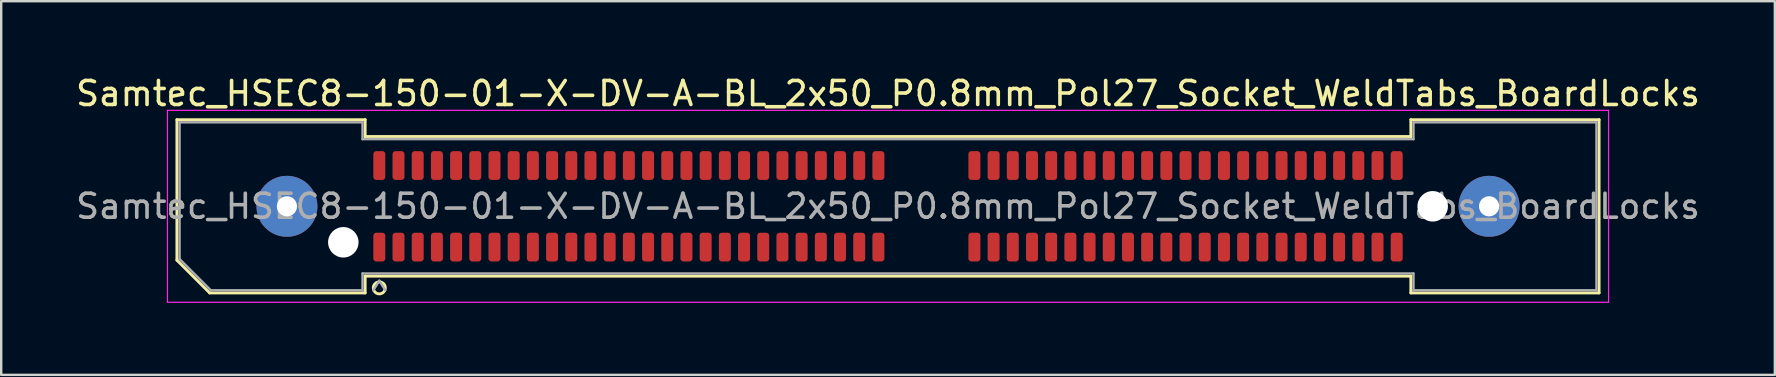
<source format=kicad_pcb>
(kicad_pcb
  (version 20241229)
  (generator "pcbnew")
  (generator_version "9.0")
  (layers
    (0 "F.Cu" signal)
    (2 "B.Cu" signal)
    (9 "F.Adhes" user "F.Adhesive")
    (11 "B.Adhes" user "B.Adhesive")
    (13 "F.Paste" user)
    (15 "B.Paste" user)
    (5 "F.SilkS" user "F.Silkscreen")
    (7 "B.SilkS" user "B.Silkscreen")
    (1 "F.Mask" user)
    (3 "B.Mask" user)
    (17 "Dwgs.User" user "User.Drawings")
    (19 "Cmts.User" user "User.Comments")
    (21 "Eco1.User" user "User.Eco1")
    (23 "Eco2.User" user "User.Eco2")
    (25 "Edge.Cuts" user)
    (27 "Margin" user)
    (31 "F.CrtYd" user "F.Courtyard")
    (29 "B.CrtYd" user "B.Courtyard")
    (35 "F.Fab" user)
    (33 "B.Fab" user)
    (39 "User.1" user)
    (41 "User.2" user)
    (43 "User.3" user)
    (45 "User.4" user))
  (footprint "Samtec_HSEC8-150-01-X-DV-A-BL_2x50_P0.8mm_Pol27_Socket_WeldTabs_BoardLocks"
    (layer "F.Cu")
    (at 33.958 5.548)
    (property "Reference" "Samtec_HSEC8-150-01-X-DV-A-BL_2x50_P0.8mm_Pol27_Socket_WeldTabs_BoardLocks" (at 0 -4.7 0) (layer "F.SilkS") (effects (font (size 1 1) (thickness 0.15))))
    (attr smd)
    (fp_line (start -29.635 -3.61) (end -21.79 -3.61) (stroke (width 0.12) (type solid)) (layer "F.SilkS"))
    (fp_line (start -29.635 2.246) (end -29.635 -3.61) (stroke (width 0.12) (type solid)) (layer "F.SilkS"))
    (fp_line (start -28.271 3.61) (end -29.635 2.246) (stroke (width 0.12) (type solid)) (layer "F.SilkS"))
    (fp_line (start -21.79 -3.61) (end -21.79 -2.91) (stroke (width 0.12) (type solid)) (layer "F.SilkS"))
    (fp_line (start -21.79 -2.91) (end 21.79 -2.91) (stroke (width 0.12) (type solid)) (layer "F.SilkS"))
    (fp_line (start -21.79 2.91) (end -21.79 3.61) (stroke (width 0.12) (type solid)) (layer "F.SilkS"))
    (fp_line (start -21.79 3.61) (end -28.271 3.61) (stroke (width 0.12) (type solid)) (layer "F.SilkS"))
    (fp_line (start 21.79 -3.61) (end 29.635 -3.61) (stroke (width 0.12) (type solid)) (layer "F.SilkS"))
    (fp_line (start 21.79 -2.91) (end 21.79 -3.61) (stroke (width 0.12) (type solid)) (layer "F.SilkS"))
    (fp_line (start 21.79 2.91) (end -21.79 2.91) (stroke (width 0.12) (type solid)) (layer "F.SilkS"))
    (fp_line (start 21.79 3.61) (end 21.79 2.91) (stroke (width 0.12) (type solid)) (layer "F.SilkS"))
    (fp_line (start 29.635 -3.61) (end 29.635 3.61) (stroke (width 0.12) (type solid)) (layer "F.SilkS"))
    (fp_line (start 29.635 3.61) (end 21.79 3.61) (stroke (width 0.12) (type solid)) (layer "F.SilkS"))
    (fp_circle (center -21.2 3.4) (end -20.95 3.4) (stroke (width 0.12) (type solid)) (fill no) (layer "F.SilkS"))
    (fp_line (start -30.03 -4) (end -30.03 4) (stroke (width 0.05) (type solid)) (layer "F.CrtYd"))
    (fp_line (start -30.03 4) (end 30.03 4) (stroke (width 0.05) (type solid)) (layer "F.CrtYd"))
    (fp_line (start 30.03 -4) (end -30.03 -4) (stroke (width 0.05) (type solid)) (layer "F.CrtYd"))
    (fp_line (start 30.03 4) (end 30.03 -4) (stroke (width 0.05) (type solid)) (layer "F.CrtYd"))
    (fp_line (start -29.525 -3.5) (end -21.9 -3.5) (stroke (width 0.1) (type solid)) (layer "F.Fab"))
    (fp_line (start -29.525 2.2) (end -29.525 -3.5) (stroke (width 0.1) (type solid)) (layer "F.Fab"))
    (fp_line (start -28.225 3.5) (end -29.525 2.2) (stroke (width 0.1) (type solid)) (layer "F.Fab"))
    (fp_line (start -21.9 -3.5) (end -21.9 -2.8) (stroke (width 0.1) (type solid)) (layer "F.Fab"))
    (fp_line (start -21.9 -2.8) (end 21.9 -2.8) (stroke (width 0.1) (type solid)) (layer "F.Fab"))
    (fp_line (start -21.9 2.8) (end -21.9 3.5) (stroke (width 0.1) (type solid)) (layer "F.Fab"))
    (fp_line (start -21.9 3.5) (end -28.225 3.5) (stroke (width 0.1) (type solid)) (layer "F.Fab"))
    (fp_line (start -21.2 3.1) (end -21.45 3.5) (stroke (width 0.1) (type solid)) (layer "F.Fab"))
    (fp_line (start -21.2 3.1) (end -20.95 3.5) (stroke (width 0.1) (type solid)) (layer "F.Fab"))
    (fp_line (start 21.9 -3.5) (end 29.525 -3.5) (stroke (width 0.1) (type solid)) (layer "F.Fab"))
    (fp_line (start 21.9 -2.8) (end 21.9 -3.5) (stroke (width 0.1) (type solid)) (layer "F.Fab"))
    (fp_line (start 21.9 2.8) (end -21.9 2.8) (stroke (width 0.1) (type solid)) (layer "F.Fab"))
    (fp_line (start 21.9 3.5) (end 21.9 2.8) (stroke (width 0.1) (type solid)) (layer "F.Fab"))
    (fp_line (start 29.525 -3.5) (end 29.525 3.5) (stroke (width 0.1) (type solid)) (layer "F.Fab"))
    (fp_line (start 29.525 3.5) (end 21.9 3.5) (stroke (width 0.1) (type solid)) (layer "F.Fab"))
    (fp_text user "${REFERENCE}" (at 0 0 0) (layer "F.Fab") (effects (font (size 1 1) (thickness 0.15))))
    (pad "" thru_hole circle (at -25.05 0) (size 2.54 2.54) (drill 0.84) (layers "*.Cu" "*.Mask" "F.Paste"))
    (pad "" np_thru_hole circle (at -22.7 1.5) (size 1.27 1.27) (drill 1.27) (layers "*.Cu" "*.Mask"))
    (pad "" np_thru_hole circle (at 22.7 0) (size 1.27 1.27) (drill 1.27) (layers "*.Cu" "*.Mask"))
    (pad "" thru_hole circle (at 25.05 0) (size 2.54 2.54) (drill 0.84) (layers "*.Cu" "*.Mask" "F.Paste"))
    (pad "1" smd roundrect (at -21.2 1.7) (size 0.5 1.2) (layers "F.Cu" "F.Mask" "F.Paste") (roundrect_rratio 0.25))
    (pad "2" smd roundrect (at -21.2 -1.7) (size 0.5 1.2) (layers "F.Cu" "F.Mask" "F.Paste") (roundrect_rratio 0.25))
    (pad "3" smd roundrect (at -20.4 1.7) (size 0.5 1.2) (layers "F.Cu" "F.Mask" "F.Paste") (roundrect_rratio 0.25))
    (pad "4" smd roundrect (at -20.4 -1.7) (size 0.5 1.2) (layers "F.Cu" "F.Mask" "F.Paste") (roundrect_rratio 0.25))
    (pad "5" smd roundrect (at -19.6 1.7) (size 0.5 1.2) (layers "F.Cu" "F.Mask" "F.Paste") (roundrect_rratio 0.25))
    (pad "6" smd roundrect (at -19.6 -1.7) (size 0.5 1.2) (layers "F.Cu" "F.Mask" "F.Paste") (roundrect_rratio 0.25))
    (pad "7" smd roundrect (at -18.8 1.7) (size 0.5 1.2) (layers "F.Cu" "F.Mask" "F.Paste") (roundrect_rratio 0.25))
    (pad "8" smd roundrect (at -18.8 -1.7) (size 0.5 1.2) (layers "F.Cu" "F.Mask" "F.Paste") (roundrect_rratio 0.25))
    (pad "9" smd roundrect (at -18 1.7) (size 0.5 1.2) (layers "F.Cu" "F.Mask" "F.Paste") (roundrect_rratio 0.25))
    (pad "10" smd roundrect (at -18 -1.7) (size 0.5 1.2) (layers "F.Cu" "F.Mask" "F.Paste") (roundrect_rratio 0.25))
    (pad "11" smd roundrect (at -17.2 1.7) (size 0.5 1.2) (layers "F.Cu" "F.Mask" "F.Paste") (roundrect_rratio 0.25))
    (pad "12" smd roundrect (at -17.2 -1.7) (size 0.5 1.2) (layers "F.Cu" "F.Mask" "F.Paste") (roundrect_rratio 0.25))
    (pad "13" smd roundrect (at -16.4 1.7) (size 0.5 1.2) (layers "F.Cu" "F.Mask" "F.Paste") (roundrect_rratio 0.25))
    (pad "14" smd roundrect (at -16.4 -1.7) (size 0.5 1.2) (layers "F.Cu" "F.Mask" "F.Paste") (roundrect_rratio 0.25))
    (pad "15" smd roundrect (at -15.6 1.7) (size 0.5 1.2) (layers "F.Cu" "F.Mask" "F.Paste") (roundrect_rratio 0.25))
    (pad "16" smd roundrect (at -15.6 -1.7) (size 0.5 1.2) (layers "F.Cu" "F.Mask" "F.Paste") (roundrect_rratio 0.25))
    (pad "17" smd roundrect (at -14.8 1.7) (size 0.5 1.2) (layers "F.Cu" "F.Mask" "F.Paste") (roundrect_rratio 0.25))
    (pad "18" smd roundrect (at -14.8 -1.7) (size 0.5 1.2) (layers "F.Cu" "F.Mask" "F.Paste") (roundrect_rratio 0.25))
    (pad "19" smd roundrect (at -14 1.7) (size 0.5 1.2) (layers "F.Cu" "F.Mask" "F.Paste") (roundrect_rratio 0.25))
    (pad "20" smd roundrect (at -14 -1.7) (size 0.5 1.2) (layers "F.Cu" "F.Mask" "F.Paste") (roundrect_rratio 0.25))
    (pad "21" smd roundrect (at -13.2 1.7) (size 0.5 1.2) (layers "F.Cu" "F.Mask" "F.Paste") (roundrect_rratio 0.25))
    (pad "22" smd roundrect (at -13.2 -1.7) (size 0.5 1.2) (layers "F.Cu" "F.Mask" "F.Paste") (roundrect_rratio 0.25))
    (pad "23" smd roundrect (at -12.4 1.7) (size 0.5 1.2) (layers "F.Cu" "F.Mask" "F.Paste") (roundrect_rratio 0.25))
    (pad "24" smd roundrect (at -12.4 -1.7) (size 0.5 1.2) (layers "F.Cu" "F.Mask" "F.Paste") (roundrect_rratio 0.25))
    (pad "25" smd roundrect (at -11.6 1.7) (size 0.5 1.2) (layers "F.Cu" "F.Mask" "F.Paste") (roundrect_rratio 0.25))
    (pad "26" smd roundrect (at -11.6 -1.7) (size 0.5 1.2) (layers "F.Cu" "F.Mask" "F.Paste") (roundrect_rratio 0.25))
    (pad "27" smd roundrect (at -10.8 1.7) (size 0.5 1.2) (layers "F.Cu" "F.Mask" "F.Paste") (roundrect_rratio 0.25))
    (pad "28" smd roundrect (at -10.8 -1.7) (size 0.5 1.2) (layers "F.Cu" "F.Mask" "F.Paste") (roundrect_rratio 0.25))
    (pad "29" smd roundrect (at -10 1.7) (size 0.5 1.2) (layers "F.Cu" "F.Mask" "F.Paste") (roundrect_rratio 0.25))
    (pad "30" smd roundrect (at -10 -1.7) (size 0.5 1.2) (layers "F.Cu" "F.Mask" "F.Paste") (roundrect_rratio 0.25))
    (pad "31" smd roundrect (at -9.2 1.7) (size 0.5 1.2) (layers "F.Cu" "F.Mask" "F.Paste") (roundrect_rratio 0.25))
    (pad "32" smd roundrect (at -9.2 -1.7) (size 0.5 1.2) (layers "F.Cu" "F.Mask" "F.Paste") (roundrect_rratio 0.25))
    (pad "33" smd roundrect (at -8.4 1.7) (size 0.5 1.2) (layers "F.Cu" "F.Mask" "F.Paste") (roundrect_rratio 0.25))
    (pad "34" smd roundrect (at -8.4 -1.7) (size 0.5 1.2) (layers "F.Cu" "F.Mask" "F.Paste") (roundrect_rratio 0.25))
    (pad "35" smd roundrect (at -7.6 1.7) (size 0.5 1.2) (layers "F.Cu" "F.Mask" "F.Paste") (roundrect_rratio 0.25))
    (pad "36" smd roundrect (at -7.6 -1.7) (size 0.5 1.2) (layers "F.Cu" "F.Mask" "F.Paste") (roundrect_rratio 0.25))
    (pad "37" smd roundrect (at -6.8 1.7) (size 0.5 1.2) (layers "F.Cu" "F.Mask" "F.Paste") (roundrect_rratio 0.25))
    (pad "38" smd roundrect (at -6.8 -1.7) (size 0.5 1.2) (layers "F.Cu" "F.Mask" "F.Paste") (roundrect_rratio 0.25))
    (pad "39" smd roundrect (at -6 1.7) (size 0.5 1.2) (layers "F.Cu" "F.Mask" "F.Paste") (roundrect_rratio 0.25))
    (pad "40" smd roundrect (at -6 -1.7) (size 0.5 1.2) (layers "F.Cu" "F.Mask" "F.Paste") (roundrect_rratio 0.25))
    (pad "41" smd roundrect (at -5.2 1.7) (size 0.5 1.2) (layers "F.Cu" "F.Mask" "F.Paste") (roundrect_rratio 0.25))
    (pad "42" smd roundrect (at -5.2 -1.7) (size 0.5 1.2) (layers "F.Cu" "F.Mask" "F.Paste") (roundrect_rratio 0.25))
    (pad "43" smd roundrect (at -4.4 1.7) (size 0.5 1.2) (layers "F.Cu" "F.Mask" "F.Paste") (roundrect_rratio 0.25))
    (pad "44" smd roundrect (at -4.4 -1.7) (size 0.5 1.2) (layers "F.Cu" "F.Mask" "F.Paste") (roundrect_rratio 0.25))
    (pad "45" smd roundrect (at -3.6 1.7) (size 0.5 1.2) (layers "F.Cu" "F.Mask" "F.Paste") (roundrect_rratio 0.25))
    (pad "46" smd roundrect (at -3.6 -1.7) (size 0.5 1.2) (layers "F.Cu" "F.Mask" "F.Paste") (roundrect_rratio 0.25))
    (pad "47" smd roundrect (at -2.8 1.7) (size 0.5 1.2) (layers "F.Cu" "F.Mask" "F.Paste") (roundrect_rratio 0.25))
    (pad "48" smd roundrect (at -2.8 -1.7) (size 0.5 1.2) (layers "F.Cu" "F.Mask" "F.Paste") (roundrect_rratio 0.25))
    (pad "49" smd roundrect (at -2 1.7) (size 0.5 1.2) (layers "F.Cu" "F.Mask" "F.Paste") (roundrect_rratio 0.25))
    (pad "50" smd roundrect (at -2 -1.7) (size 0.5 1.2) (layers "F.Cu" "F.Mask" "F.Paste") (roundrect_rratio 0.25))
    (pad "51" smd roundrect (at -1.2 1.7) (size 0.5 1.2) (layers "F.Cu" "F.Mask" "F.Paste") (roundrect_rratio 0.25))
    (pad "52" smd roundrect (at -1.2 -1.7) (size 0.5 1.2) (layers "F.Cu" "F.Mask" "F.Paste") (roundrect_rratio 0.25))
    (pad "53" smd roundrect (at -0.4 1.7) (size 0.5 1.2) (layers "F.Cu" "F.Mask" "F.Paste") (roundrect_rratio 0.25))
    (pad "54" smd roundrect (at -0.4 -1.7) (size 0.5 1.2) (layers "F.Cu" "F.Mask" "F.Paste") (roundrect_rratio 0.25))
    (pad "55" smd roundrect (at 3.6 1.7) (size 0.5 1.2) (layers "F.Cu" "F.Mask" "F.Paste") (roundrect_rratio 0.25))
    (pad "56" smd roundrect (at 3.6 -1.7) (size 0.5 1.2) (layers "F.Cu" "F.Mask" "F.Paste") (roundrect_rratio 0.25))
    (pad "57" smd roundrect (at 4.4 1.7) (size 0.5 1.2) (layers "F.Cu" "F.Mask" "F.Paste") (roundrect_rratio 0.25))
    (pad "58" smd roundrect (at 4.4 -1.7) (size 0.5 1.2) (layers "F.Cu" "F.Mask" "F.Paste") (roundrect_rratio 0.25))
    (pad "59" smd roundrect (at 5.2 1.7) (size 0.5 1.2) (layers "F.Cu" "F.Mask" "F.Paste") (roundrect_rratio 0.25))
    (pad "60" smd roundrect (at 5.2 -1.7) (size 0.5 1.2) (layers "F.Cu" "F.Mask" "F.Paste") (roundrect_rratio 0.25))
    (pad "61" smd roundrect (at 6 1.7) (size 0.5 1.2) (layers "F.Cu" "F.Mask" "F.Paste") (roundrect_rratio 0.25))
    (pad "62" smd roundrect (at 6 -1.7) (size 0.5 1.2) (layers "F.Cu" "F.Mask" "F.Paste") (roundrect_rratio 0.25))
    (pad "63" smd roundrect (at 6.8 1.7) (size 0.5 1.2) (layers "F.Cu" "F.Mask" "F.Paste") (roundrect_rratio 0.25))
    (pad "64" smd roundrect (at 6.8 -1.7) (size 0.5 1.2) (layers "F.Cu" "F.Mask" "F.Paste") (roundrect_rratio 0.25))
    (pad "65" smd roundrect (at 7.6 1.7) (size 0.5 1.2) (layers "F.Cu" "F.Mask" "F.Paste") (roundrect_rratio 0.25))
    (pad "66" smd roundrect (at 7.6 -1.7) (size 0.5 1.2) (layers "F.Cu" "F.Mask" "F.Paste") (roundrect_rratio 0.25))
    (pad "67" smd roundrect (at 8.4 1.7) (size 0.5 1.2) (layers "F.Cu" "F.Mask" "F.Paste") (roundrect_rratio 0.25))
    (pad "68" smd roundrect (at 8.4 -1.7) (size 0.5 1.2) (layers "F.Cu" "F.Mask" "F.Paste") (roundrect_rratio 0.25))
    (pad "69" smd roundrect (at 9.2 1.7) (size 0.5 1.2) (layers "F.Cu" "F.Mask" "F.Paste") (roundrect_rratio 0.25))
    (pad "70" smd roundrect (at 9.2 -1.7) (size 0.5 1.2) (layers "F.Cu" "F.Mask" "F.Paste") (roundrect_rratio 0.25))
    (pad "71" smd roundrect (at 10 1.7) (size 0.5 1.2) (layers "F.Cu" "F.Mask" "F.Paste") (roundrect_rratio 0.25))
    (pad "72" smd roundrect (at 10 -1.7) (size 0.5 1.2) (layers "F.Cu" "F.Mask" "F.Paste") (roundrect_rratio 0.25))
    (pad "73" smd roundrect (at 10.8 1.7) (size 0.5 1.2) (layers "F.Cu" "F.Mask" "F.Paste") (roundrect_rratio 0.25))
    (pad "74" smd roundrect (at 10.8 -1.7) (size 0.5 1.2) (layers "F.Cu" "F.Mask" "F.Paste") (roundrect_rratio 0.25))
    (pad "75" smd roundrect (at 11.6 1.7) (size 0.5 1.2) (layers "F.Cu" "F.Mask" "F.Paste") (roundrect_rratio 0.25))
    (pad "76" smd roundrect (at 11.6 -1.7) (size 0.5 1.2) (layers "F.Cu" "F.Mask" "F.Paste") (roundrect_rratio 0.25))
    (pad "77" smd roundrect (at 12.4 1.7) (size 0.5 1.2) (layers "F.Cu" "F.Mask" "F.Paste") (roundrect_rratio 0.25))
    (pad "78" smd roundrect (at 12.4 -1.7) (size 0.5 1.2) (layers "F.Cu" "F.Mask" "F.Paste") (roundrect_rratio 0.25))
    (pad "79" smd roundrect (at 13.2 1.7) (size 0.5 1.2) (layers "F.Cu" "F.Mask" "F.Paste") (roundrect_rratio 0.25))
    (pad "80" smd roundrect (at 13.2 -1.7) (size 0.5 1.2) (layers "F.Cu" "F.Mask" "F.Paste") (roundrect_rratio 0.25))
    (pad "81" smd roundrect (at 14 1.7) (size 0.5 1.2) (layers "F.Cu" "F.Mask" "F.Paste") (roundrect_rratio 0.25))
    (pad "82" smd roundrect (at 14 -1.7) (size 0.5 1.2) (layers "F.Cu" "F.Mask" "F.Paste") (roundrect_rratio 0.25))
    (pad "83" smd roundrect (at 14.8 1.7) (size 0.5 1.2) (layers "F.Cu" "F.Mask" "F.Paste") (roundrect_rratio 0.25))
    (pad "84" smd roundrect (at 14.8 -1.7) (size 0.5 1.2) (layers "F.Cu" "F.Mask" "F.Paste") (roundrect_rratio 0.25))
    (pad "85" smd roundrect (at 15.6 1.7) (size 0.5 1.2) (layers "F.Cu" "F.Mask" "F.Paste") (roundrect_rratio 0.25))
    (pad "86" smd roundrect (at 15.6 -1.7) (size 0.5 1.2) (layers "F.Cu" "F.Mask" "F.Paste") (roundrect_rratio 0.25))
    (pad "87" smd roundrect (at 16.4 1.7) (size 0.5 1.2) (layers "F.Cu" "F.Mask" "F.Paste") (roundrect_rratio 0.25))
    (pad "88" smd roundrect (at 16.4 -1.7) (size 0.5 1.2) (layers "F.Cu" "F.Mask" "F.Paste") (roundrect_rratio 0.25))
    (pad "89" smd roundrect (at 17.2 1.7) (size 0.5 1.2) (layers "F.Cu" "F.Mask" "F.Paste") (roundrect_rratio 0.25))
    (pad "90" smd roundrect (at 17.2 -1.7) (size 0.5 1.2) (layers "F.Cu" "F.Mask" "F.Paste") (roundrect_rratio 0.25))
    (pad "91" smd roundrect (at 18 1.7) (size 0.5 1.2) (layers "F.Cu" "F.Mask" "F.Paste") (roundrect_rratio 0.25))
    (pad "92" smd roundrect (at 18 -1.7) (size 0.5 1.2) (layers "F.Cu" "F.Mask" "F.Paste") (roundrect_rratio 0.25))
    (pad "93" smd roundrect (at 18.8 1.7) (size 0.5 1.2) (layers "F.Cu" "F.Mask" "F.Paste") (roundrect_rratio 0.25))
    (pad "94" smd roundrect (at 18.8 -1.7) (size 0.5 1.2) (layers "F.Cu" "F.Mask" "F.Paste") (roundrect_rratio 0.25))
    (pad "95" smd roundrect (at 19.6 1.7) (size 0.5 1.2) (layers "F.Cu" "F.Mask" "F.Paste") (roundrect_rratio 0.25))
    (pad "96" smd roundrect (at 19.6 -1.7) (size 0.5 1.2) (layers "F.Cu" "F.Mask" "F.Paste") (roundrect_rratio 0.25))
    (pad "97" smd roundrect (at 20.4 1.7) (size 0.5 1.2) (layers "F.Cu" "F.Mask" "F.Paste") (roundrect_rratio 0.25))
    (pad "98" smd roundrect (at 20.4 -1.7) (size 0.5 1.2) (layers "F.Cu" "F.Mask" "F.Paste") (roundrect_rratio 0.25))
    (pad "99" smd roundrect (at 21.2 1.7) (size 0.5 1.2) (layers "F.Cu" "F.Mask" "F.Paste") (roundrect_rratio 0.25))
    (pad "100" smd roundrect (at 21.2 -1.7) (size 0.5 1.2) (layers "F.Cu" "F.Mask" "F.Paste") (roundrect_rratio 0.25)))
  (gr_rect
    (start -3 -3)
    (end 70.917 12.573)
    (stroke (width 0.1) (type default))
    (fill no)
    (layer "Edge.Cuts")))
</source>
